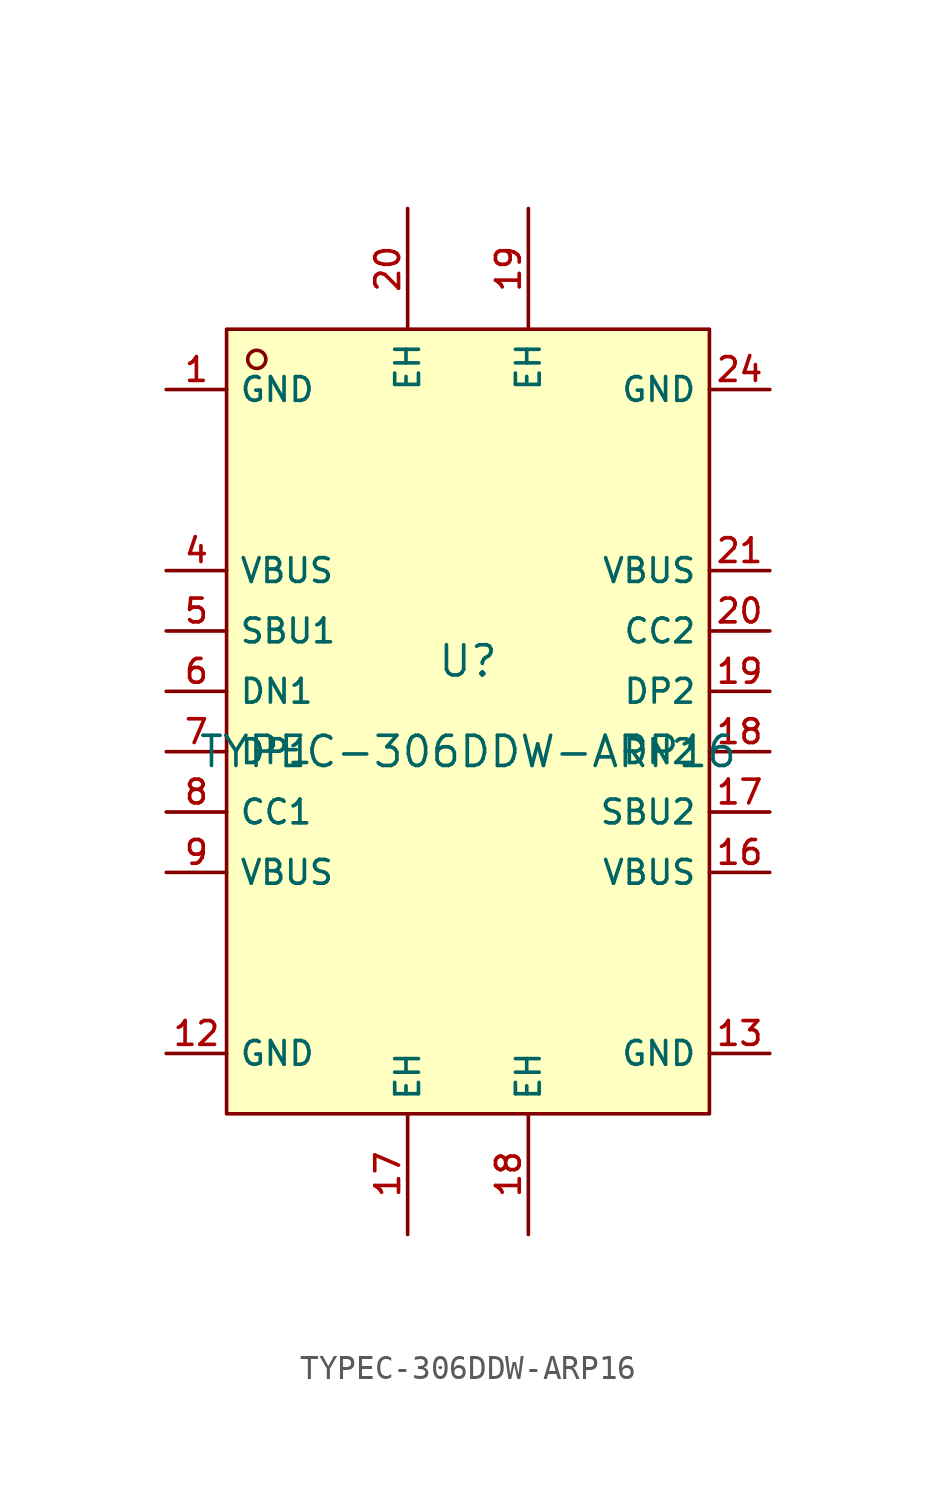
<source format=kicad_sym>
(kicad_symbol_lib
  (version 20210201)
  (generator TousstNicolas/JLC2KiCad_lib)
  (symbol "TYPEC-306DDW-ARP16"
    (property "Reference" "U"
      (at 0 1.27 0)
      (effects (font (size 1.27 1.27))))
    (property "Value" "TYPEC-306DDW-ARP16"
      (at 0 -2.54 0)
      (effects (font (size 1.27 1.27))))
    (symbol "TYPEC-306DDW-ARP16_0_1"
      (pin unspecified line (at 12.7 12.7 180) (length 2.54) (name "GND" (effects (font (size 1 1)))) (number "24" (effects (font (size 1 1)))))
      (pin unspecified line (at 12.7 5.08 180) (length 2.54) (name "VBUS" (effects (font (size 1 1)))) (number "21" (effects (font (size 1 1)))))
      (pin unspecified line (at 12.7 2.54 180) (length 2.54) (name "CC2" (effects (font (size 1 1)))) (number "20" (effects (font (size 1 1)))))
      (pin unspecified line (at 12.7 -0.0 180) (length 2.54) (name "DP2" (effects (font (size 1 1)))) (number "19" (effects (font (size 1 1)))))
      (pin unspecified line (at 12.7 -2.54 180) (length 2.54) (name "DN2" (effects (font (size 1 1)))) (number "18" (effects (font (size 1 1)))))
      (pin unspecified line (at 12.7 -5.08 180) (length 2.54) (name "SBU2" (effects (font (size 1 1)))) (number "17" (effects (font (size 1 1)))))
      (pin unspecified line (at 12.7 -7.62 180) (length 2.54) (name "VBUS" (effects (font (size 1 1)))) (number "16" (effects (font (size 1 1)))))
      (pin unspecified line (at 12.7 -15.24 180) (length 2.54) (name "GND" (effects (font (size 1 1)))) (number "13" (effects (font (size 1 1)))))
      (pin unspecified line (at -12.7 -15.24 0) (length 2.54) (name "GND" (effects (font (size 1 1)))) (number "12" (effects (font (size 1 1)))))
      (pin unspecified line (at -12.7 -7.62 0) (length 2.54) (name "VBUS" (effects (font (size 1 1)))) (number "9" (effects (font (size 1 1)))))
      (pin unspecified line (at -12.7 -5.08 0) (length 2.54) (name "CC1" (effects (font (size 1 1)))) (number "8" (effects (font (size 1 1)))))
      (pin unspecified line (at -12.7 -2.54 0) (length 2.54) (name "DP1" (effects (font (size 1 1)))) (number "7" (effects (font (size 1 1)))))
      (pin unspecified line (at -12.7 -0.0 0) (length 2.54) (name "DN1" (effects (font (size 1 1)))) (number "6" (effects (font (size 1 1)))))
      (pin unspecified line (at -12.7 2.54 0) (length 2.54) (name "SBU1" (effects (font (size 1 1)))) (number "5" (effects (font (size 1 1)))))
      (pin unspecified line (at -12.7 5.08 0) (length 2.54) (name "VBUS" (effects (font (size 1 1)))) (number "4" (effects (font (size 1 1)))))
      (pin unspecified line (at -12.7 12.7 0) (length 2.54) (name "GND" (effects (font (size 1 1)))) (number "1" (effects (font (size 1 1)))))
      (circle (center -8.89 13.97) (radius 0.381) (stroke (width 0) (type default) (color 0 0 0 0)) (fill (type background)))
      (rectangle (start -10.16 15.24) (end 10.16 -17.78) (stroke (width 0) (type default) (color 0 0 0 0)) (fill (type background)))
      (pin unspecified line (at -2.54 -22.86 90) (length 5.08) (name "EH" (effects (font (size 1 1)))) (number "17" (effects (font (size 1 1)))))
      (pin unspecified line (at 2.54 -22.86 90) (length 5.08) (name "EH" (effects (font (size 1 1)))) (number "18" (effects (font (size 1 1)))))
      (pin unspecified line (at 2.54 20.32 270) (length 5.08) (name "EH" (effects (font (size 1 1)))) (number "19" (effects (font (size 1 1)))))
      (pin unspecified line (at -2.54 20.32 270) (length 5.08) (name "EH" (effects (font (size 1 1)))) (number "20" (effects (font (size 1 1))))))))
</source>
